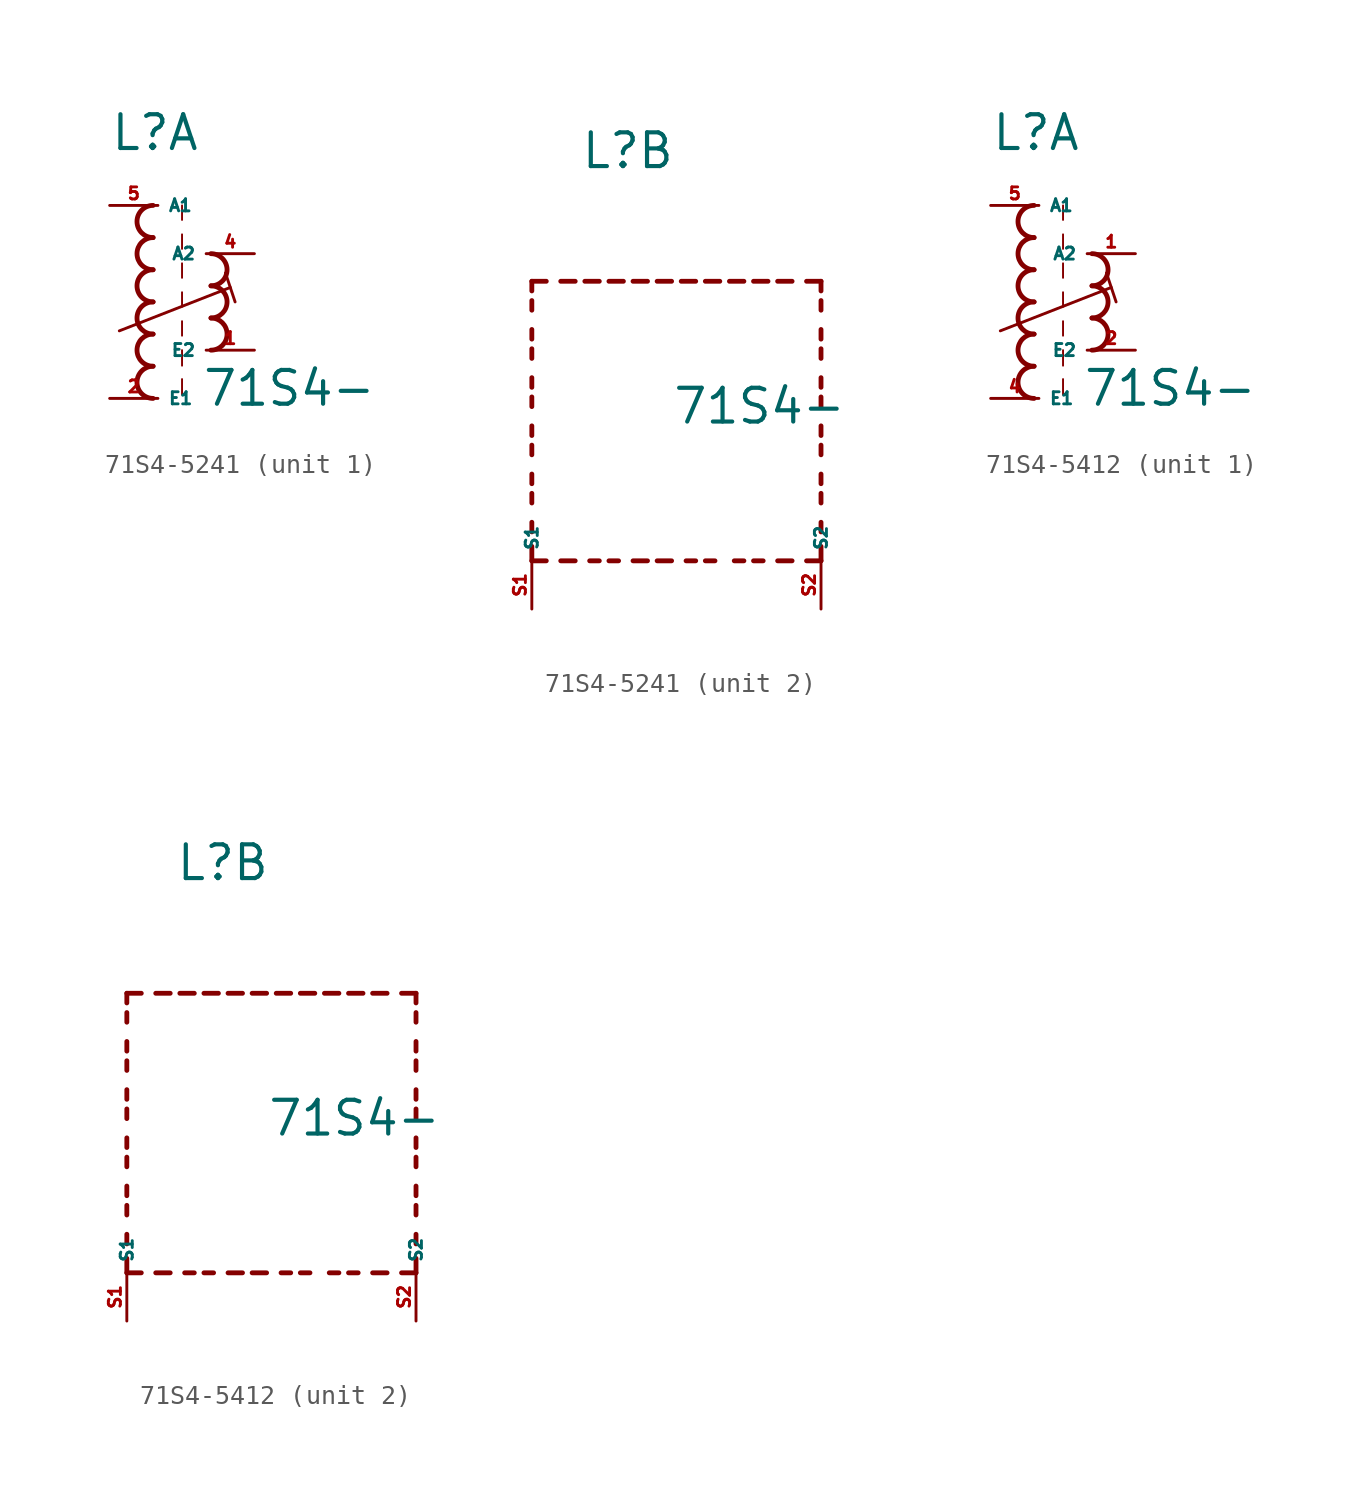
<source format=kicad_sym>
(kicad_symbol_lib
  (version 20220914)
  (generator kicad_symbol_editor)
  (symbol "71S4-5241"
    (property "Reference" "L"
      (at -2.54 7.874 0)
      (effects (font (size 1.778 1.778) (thickness 0.22)) (justify left bottom)))
    (property "Value" "71S4-"
      (at 2.286 -5.588 0)
      (effects (font (size 1.778 1.778) (thickness 0.22)) (justify left bottom)))
    (symbol "71S4-5241_1_0"
      (arc (start -0.254 -3.3866) (mid -1.1004 -4.2333) (end -0.254 -5.08) (stroke (width 0.254) (type default)) (fill (type none)))
      (arc (start -0.254 -1.6932) (mid -1.1004 -2.5399) (end -0.254 -3.3866) (stroke (width 0.254) (type default)) (fill (type none)))
      (arc (start -0.254 0) (mid -1.1004 -0.8467) (end -0.254 -1.6934) (stroke (width 0.254) (type default)) (fill (type none)))
      (arc (start -0.254 1.6934) (mid -1.1004 0.8467) (end -0.254 0) (stroke (width 0.254) (type default)) (fill (type none)))
      (arc (start -0.254 3.3866) (mid -1.1002 2.54) (end -0.254 1.6934) (stroke (width 0.254) (type default)) (fill (type none)))
      (arc (start -0.254 5.08) (mid -1.1004 4.2333) (end -0.254 3.3866) (stroke (width 0.254) (type default)) (fill (type none)))
      (polyline (pts (xy -2.032 -1.524) (xy 3.81 0.762)) (stroke (width 0.152) (type default)) (fill (type none)))
      (polyline (pts (xy 1.27 -4.064) (xy 1.27 -4.88)) (stroke (width 0.102) (type default)) (fill (type none)))
      (polyline (pts (xy 1.27 -2.54) (xy 1.27 -3.356)) (stroke (width 0.102) (type default)) (fill (type none)))
      (polyline (pts (xy 1.27 -1.016) (xy 1.27 -1.778)) (stroke (width 0.102) (type default)) (fill (type none)))
      (polyline (pts (xy 1.27 0.508) (xy 1.27 -0.254)) (stroke (width 0.102) (type default)) (fill (type none)))
      (polyline (pts (xy 1.27 2.032) (xy 1.27 1.27)) (stroke (width 0.102) (type default)) (fill (type none)))
      (polyline (pts (xy 1.27 3.556) (xy 1.27 2.794)) (stroke (width 0.102) (type default)) (fill (type none)))
      (polyline (pts (xy 1.27 5.08) (xy 1.27 4.318)) (stroke (width 0.102) (type default)) (fill (type none)))
      (polyline (pts (xy 3.556 1.524) (xy 4.064 0)) (stroke (width 0.152) (type default)) (fill (type none)))
      (arc (start 2.794 -2.54) (mid 3.6404 -1.6933) (end 2.794 -0.8466) (stroke (width 0.254) (type default)) (fill (type none)))
      (arc (start 2.794 -0.8466) (mid 3.6402 0) (end 2.794 0.8466) (stroke (width 0.254) (type default)) (fill (type none)))
      (arc (start 2.794 0.8466) (mid 3.6404 1.6933) (end 2.794 2.54) (stroke (width 0.254) (type default)) (fill (type none)))
      (pin passive line (at 5.08 -2.54 180) (length 2.54) (name "E2" (effects (font (size 0.635 0.635)))) (number "1" (effects (font (size 0.635 0.635)))))
      (pin passive line (at -2.54 -5.08 0) (length 2.54) (name "E1" (effects (font (size 0.635 0.635)))) (number "2" (effects (font (size 0.635 0.635)))))
      (pin passive line (at 5.08 2.54 180) (length 2.54) (name "A2" (effects (font (size 0.635 0.635)))) (number "4" (effects (font (size 0.635 0.635)))))
      (pin passive line (at -2.54 5.08 0) (length 2.54) (name "A1" (effects (font (size 0.635 0.635)))) (number "5" (effects (font (size 0.635 0.635))))))
    (symbol "71S4-5241_2_0"
      (polyline (pts (xy -5.08 -12.7) (xy -5.08 -11.938)) (stroke (width 0.254) (type default)) (fill (type none)))
      (polyline (pts (xy -5.08 -12.7) (xy -4.318 -12.7)) (stroke (width 0.254) (type default)) (fill (type none)))
      (polyline (pts (xy -5.08 -11.176) (xy -5.08 -10.668)) (stroke (width 0.254) (type default)) (fill (type none)))
      (polyline (pts (xy -5.08 -9.652) (xy -5.08 -9.144)) (stroke (width 0.254) (type default)) (fill (type none)))
      (polyline (pts (xy -5.08 -8.636) (xy -5.08 -8.128)) (stroke (width 0.254) (type default)) (fill (type none)))
      (polyline (pts (xy -5.08 -7.112) (xy -5.08 -6.604)) (stroke (width 0.254) (type default)) (fill (type none)))
      (polyline (pts (xy -5.08 -6.096) (xy -5.08 -5.588)) (stroke (width 0.254) (type default)) (fill (type none)))
      (polyline (pts (xy -5.08 -4.572) (xy -5.08 -4.064)) (stroke (width 0.254) (type default)) (fill (type none)))
      (polyline (pts (xy -5.08 -3.556) (xy -5.08 -3.048)) (stroke (width 0.254) (type default)) (fill (type none)))
      (polyline (pts (xy -5.08 -2.032) (xy -5.08 -1.524)) (stroke (width 0.254) (type default)) (fill (type none)))
      (polyline (pts (xy -5.08 -1.016) (xy -5.08 -0.508)) (stroke (width 0.254) (type default)) (fill (type none)))
      (polyline (pts (xy -5.08 0.508) (xy -5.08 1.016)) (stroke (width 0.254) (type default)) (fill (type none)))
      (polyline (pts (xy -5.08 1.524) (xy -5.08 2.032)) (stroke (width 0.254) (type default)) (fill (type none)))
      (polyline (pts (xy -5.08 2.032) (xy -4.318 2.032)) (stroke (width 0.254) (type default)) (fill (type none)))
      (polyline (pts (xy -3.556 -12.7) (xy -2.794 -12.7)) (stroke (width 0.254) (type default)) (fill (type none)))
      (polyline (pts (xy -3.556 2.032) (xy -2.794 2.032)) (stroke (width 0.254) (type default)) (fill (type none)))
      (polyline (pts (xy -1.524 -12.7) (xy -2.032 -12.7)) (stroke (width 0.254) (type default)) (fill (type none)))
      (polyline (pts (xy -1.524 2.032) (xy -2.286 2.032)) (stroke (width 0.254) (type default)) (fill (type none)))
      (polyline (pts (xy -1.016 2.032) (xy -0.254 2.032)) (stroke (width 0.254) (type default)) (fill (type none)))
      (polyline (pts (xy -0.508 -12.7) (xy -1.016 -12.7)) (stroke (width 0.254) (type default)) (fill (type none)))
      (polyline (pts (xy 1.016 -12.7) (xy 0.254 -12.7)) (stroke (width 0.254) (type default)) (fill (type none)))
      (polyline (pts (xy 1.016 2.032) (xy 0.254 2.032)) (stroke (width 0.254) (type default)) (fill (type none)))
      (polyline (pts (xy 1.524 -12.7) (xy 2.286 -12.7)) (stroke (width 0.254) (type default)) (fill (type none)))
      (polyline (pts (xy 1.524 2.032) (xy 2.286 2.032)) (stroke (width 0.254) (type default)) (fill (type none)))
      (polyline (pts (xy 3.556 -12.7) (xy 3.048 -12.7)) (stroke (width 0.254) (type default)) (fill (type none)))
      (polyline (pts (xy 3.556 2.032) (xy 2.794 2.032)) (stroke (width 0.254) (type default)) (fill (type none)))
      (polyline (pts (xy 4.064 2.032) (xy 4.826 2.032)) (stroke (width 0.254) (type default)) (fill (type none)))
      (polyline (pts (xy 4.572 -12.7) (xy 4.064 -12.7)) (stroke (width 0.254) (type default)) (fill (type none)))
      (polyline (pts (xy 6.096 -12.7) (xy 5.588 -12.7)) (stroke (width 0.254) (type default)) (fill (type none)))
      (polyline (pts (xy 6.096 2.032) (xy 5.334 2.032)) (stroke (width 0.254) (type default)) (fill (type none)))
      (polyline (pts (xy 6.604 2.032) (xy 7.366 2.032)) (stroke (width 0.254) (type default)) (fill (type none)))
      (polyline (pts (xy 7.112 -12.7) (xy 6.604 -12.7)) (stroke (width 0.254) (type default)) (fill (type none)))
      (polyline (pts (xy 8.636 -12.7) (xy 7.874 -12.7)) (stroke (width 0.254) (type default)) (fill (type none)))
      (polyline (pts (xy 8.636 2.032) (xy 7.874 2.032)) (stroke (width 0.254) (type default)) (fill (type none)))
      (polyline (pts (xy 10.16 -12.7) (xy 9.398 -12.7)) (stroke (width 0.254) (type default)) (fill (type none)))
      (polyline (pts (xy 10.16 -12.7) (xy 10.16 -11.938)) (stroke (width 0.254) (type default)) (fill (type none)))
      (polyline (pts (xy 10.16 -11.176) (xy 10.16 -10.668)) (stroke (width 0.254) (type default)) (fill (type none)))
      (polyline (pts (xy 10.16 -9.652) (xy 10.16 -9.144)) (stroke (width 0.254) (type default)) (fill (type none)))
      (polyline (pts (xy 10.16 -8.636) (xy 10.16 -8.128)) (stroke (width 0.254) (type default)) (fill (type none)))
      (polyline (pts (xy 10.16 -7.112) (xy 10.16 -6.604)) (stroke (width 0.254) (type default)) (fill (type none)))
      (polyline (pts (xy 10.16 -6.096) (xy 10.16 -5.588)) (stroke (width 0.254) (type default)) (fill (type none)))
      (polyline (pts (xy 10.16 -4.572) (xy 10.16 -4.064)) (stroke (width 0.254) (type default)) (fill (type none)))
      (polyline (pts (xy 10.16 -3.556) (xy 10.16 -3.048)) (stroke (width 0.254) (type default)) (fill (type none)))
      (polyline (pts (xy 10.16 -2.032) (xy 10.16 -1.524)) (stroke (width 0.254) (type default)) (fill (type none)))
      (polyline (pts (xy 10.16 -1.016) (xy 10.16 -0.508)) (stroke (width 0.254) (type default)) (fill (type none)))
      (polyline (pts (xy 10.16 0.508) (xy 10.16 1.016)) (stroke (width 0.254) (type default)) (fill (type none)))
      (polyline (pts (xy 10.16 1.524) (xy 10.16 2.032)) (stroke (width 0.254) (type default)) (fill (type none)))
      (polyline (pts (xy 10.16 2.032) (xy 9.398 2.032)) (stroke (width 0.254) (type default)) (fill (type none)))
      (pin passive line (at -5.08 -15.24 90) (length 2.54) (name "S1" (effects (font (size 0.635 0.635)))) (number "S1" (effects (font (size 0.635 0.635)))))
      (pin passive line (at 10.16 -15.24 90) (length 2.54) (name "S2" (effects (font (size 0.635 0.635)))) (number "S2" (effects (font (size 0.635 0.635)))))))
  (symbol "71S4-5412"
    (property "Reference" "L"
      (at -2.54 7.874 0)
      (effects (font (size 1.778 1.778) (thickness 0.22)) (justify left bottom)))
    (property "Value" "71S4-"
      (at 2.286 -5.588 0)
      (effects (font (size 1.778 1.778) (thickness 0.22)) (justify left bottom)))
    (symbol "71S4-5412_1_0"
      (arc (start -0.254 -3.3866) (mid -1.1004 -4.2333) (end -0.254 -5.08) (stroke (width 0.254) (type default)) (fill (type none)))
      (arc (start -0.254 -1.6932) (mid -1.1004 -2.5399) (end -0.254 -3.3866) (stroke (width 0.254) (type default)) (fill (type none)))
      (arc (start -0.254 0) (mid -1.1004 -0.8467) (end -0.254 -1.6934) (stroke (width 0.254) (type default)) (fill (type none)))
      (arc (start -0.254 1.6934) (mid -1.1004 0.8467) (end -0.254 0) (stroke (width 0.254) (type default)) (fill (type none)))
      (arc (start -0.254 3.3866) (mid -1.1002 2.54) (end -0.254 1.6934) (stroke (width 0.254) (type default)) (fill (type none)))
      (arc (start -0.254 5.08) (mid -1.1004 4.2333) (end -0.254 3.3866) (stroke (width 0.254) (type default)) (fill (type none)))
      (polyline (pts (xy -2.032 -1.524) (xy 3.81 0.762)) (stroke (width 0.152) (type default)) (fill (type none)))
      (polyline (pts (xy 1.27 -4.064) (xy 1.27 -4.88)) (stroke (width 0.102) (type default)) (fill (type none)))
      (polyline (pts (xy 1.27 -2.54) (xy 1.27 -3.356)) (stroke (width 0.102) (type default)) (fill (type none)))
      (polyline (pts (xy 1.27 -1.016) (xy 1.27 -1.778)) (stroke (width 0.102) (type default)) (fill (type none)))
      (polyline (pts (xy 1.27 0.508) (xy 1.27 -0.254)) (stroke (width 0.102) (type default)) (fill (type none)))
      (polyline (pts (xy 1.27 2.032) (xy 1.27 1.27)) (stroke (width 0.102) (type default)) (fill (type none)))
      (polyline (pts (xy 1.27 3.556) (xy 1.27 2.794)) (stroke (width 0.102) (type default)) (fill (type none)))
      (polyline (pts (xy 1.27 5.08) (xy 1.27 4.318)) (stroke (width 0.102) (type default)) (fill (type none)))
      (polyline (pts (xy 3.556 1.524) (xy 4.064 0)) (stroke (width 0.152) (type default)) (fill (type none)))
      (arc (start 2.794 -2.54) (mid 3.6404 -1.6933) (end 2.794 -0.8466) (stroke (width 0.254) (type default)) (fill (type none)))
      (arc (start 2.794 -0.8466) (mid 3.6402 0) (end 2.794 0.8466) (stroke (width 0.254) (type default)) (fill (type none)))
      (arc (start 2.794 0.8466) (mid 3.6404 1.6933) (end 2.794 2.54) (stroke (width 0.254) (type default)) (fill (type none)))
      (pin passive line (at 5.08 2.54 180) (length 2.54) (name "A2" (effects (font (size 0.635 0.635)))) (number "1" (effects (font (size 0.635 0.635)))))
      (pin passive line (at 5.08 -2.54 180) (length 2.54) (name "E2" (effects (font (size 0.635 0.635)))) (number "2" (effects (font (size 0.635 0.635)))))
      (pin passive line (at -2.54 -5.08 0) (length 2.54) (name "E1" (effects (font (size 0.635 0.635)))) (number "4" (effects (font (size 0.635 0.635)))))
      (pin passive line (at -2.54 5.08 0) (length 2.54) (name "A1" (effects (font (size 0.635 0.635)))) (number "5" (effects (font (size 0.635 0.635))))))
    (symbol "71S4-5412_2_0"
      (polyline (pts (xy -5.08 -12.7) (xy -5.08 -11.938)) (stroke (width 0.254) (type default)) (fill (type none)))
      (polyline (pts (xy -5.08 -12.7) (xy -4.318 -12.7)) (stroke (width 0.254) (type default)) (fill (type none)))
      (polyline (pts (xy -5.08 -11.176) (xy -5.08 -10.668)) (stroke (width 0.254) (type default)) (fill (type none)))
      (polyline (pts (xy -5.08 -9.652) (xy -5.08 -9.144)) (stroke (width 0.254) (type default)) (fill (type none)))
      (polyline (pts (xy -5.08 -8.636) (xy -5.08 -8.128)) (stroke (width 0.254) (type default)) (fill (type none)))
      (polyline (pts (xy -5.08 -7.112) (xy -5.08 -6.604)) (stroke (width 0.254) (type default)) (fill (type none)))
      (polyline (pts (xy -5.08 -6.096) (xy -5.08 -5.588)) (stroke (width 0.254) (type default)) (fill (type none)))
      (polyline (pts (xy -5.08 -4.572) (xy -5.08 -4.064)) (stroke (width 0.254) (type default)) (fill (type none)))
      (polyline (pts (xy -5.08 -3.556) (xy -5.08 -3.048)) (stroke (width 0.254) (type default)) (fill (type none)))
      (polyline (pts (xy -5.08 -2.032) (xy -5.08 -1.524)) (stroke (width 0.254) (type default)) (fill (type none)))
      (polyline (pts (xy -5.08 -1.016) (xy -5.08 -0.508)) (stroke (width 0.254) (type default)) (fill (type none)))
      (polyline (pts (xy -5.08 0.508) (xy -5.08 1.016)) (stroke (width 0.254) (type default)) (fill (type none)))
      (polyline (pts (xy -5.08 1.524) (xy -5.08 2.032)) (stroke (width 0.254) (type default)) (fill (type none)))
      (polyline (pts (xy -5.08 2.032) (xy -4.318 2.032)) (stroke (width 0.254) (type default)) (fill (type none)))
      (polyline (pts (xy -3.556 -12.7) (xy -2.794 -12.7)) (stroke (width 0.254) (type default)) (fill (type none)))
      (polyline (pts (xy -3.556 2.032) (xy -2.794 2.032)) (stroke (width 0.254) (type default)) (fill (type none)))
      (polyline (pts (xy -1.524 -12.7) (xy -2.032 -12.7)) (stroke (width 0.254) (type default)) (fill (type none)))
      (polyline (pts (xy -1.524 2.032) (xy -2.286 2.032)) (stroke (width 0.254) (type default)) (fill (type none)))
      (polyline (pts (xy -1.016 2.032) (xy -0.254 2.032)) (stroke (width 0.254) (type default)) (fill (type none)))
      (polyline (pts (xy -0.508 -12.7) (xy -1.016 -12.7)) (stroke (width 0.254) (type default)) (fill (type none)))
      (polyline (pts (xy 1.016 -12.7) (xy 0.254 -12.7)) (stroke (width 0.254) (type default)) (fill (type none)))
      (polyline (pts (xy 1.016 2.032) (xy 0.254 2.032)) (stroke (width 0.254) (type default)) (fill (type none)))
      (polyline (pts (xy 1.524 -12.7) (xy 2.286 -12.7)) (stroke (width 0.254) (type default)) (fill (type none)))
      (polyline (pts (xy 1.524 2.032) (xy 2.286 2.032)) (stroke (width 0.254) (type default)) (fill (type none)))
      (polyline (pts (xy 3.556 -12.7) (xy 3.048 -12.7)) (stroke (width 0.254) (type default)) (fill (type none)))
      (polyline (pts (xy 3.556 2.032) (xy 2.794 2.032)) (stroke (width 0.254) (type default)) (fill (type none)))
      (polyline (pts (xy 4.064 2.032) (xy 4.826 2.032)) (stroke (width 0.254) (type default)) (fill (type none)))
      (polyline (pts (xy 4.572 -12.7) (xy 4.064 -12.7)) (stroke (width 0.254) (type default)) (fill (type none)))
      (polyline (pts (xy 6.096 -12.7) (xy 5.588 -12.7)) (stroke (width 0.254) (type default)) (fill (type none)))
      (polyline (pts (xy 6.096 2.032) (xy 5.334 2.032)) (stroke (width 0.254) (type default)) (fill (type none)))
      (polyline (pts (xy 6.604 2.032) (xy 7.366 2.032)) (stroke (width 0.254) (type default)) (fill (type none)))
      (polyline (pts (xy 7.112 -12.7) (xy 6.604 -12.7)) (stroke (width 0.254) (type default)) (fill (type none)))
      (polyline (pts (xy 8.636 -12.7) (xy 7.874 -12.7)) (stroke (width 0.254) (type default)) (fill (type none)))
      (polyline (pts (xy 8.636 2.032) (xy 7.874 2.032)) (stroke (width 0.254) (type default)) (fill (type none)))
      (polyline (pts (xy 10.16 -12.7) (xy 9.398 -12.7)) (stroke (width 0.254) (type default)) (fill (type none)))
      (polyline (pts (xy 10.16 -12.7) (xy 10.16 -11.938)) (stroke (width 0.254) (type default)) (fill (type none)))
      (polyline (pts (xy 10.16 -11.176) (xy 10.16 -10.668)) (stroke (width 0.254) (type default)) (fill (type none)))
      (polyline (pts (xy 10.16 -9.652) (xy 10.16 -9.144)) (stroke (width 0.254) (type default)) (fill (type none)))
      (polyline (pts (xy 10.16 -8.636) (xy 10.16 -8.128)) (stroke (width 0.254) (type default)) (fill (type none)))
      (polyline (pts (xy 10.16 -7.112) (xy 10.16 -6.604)) (stroke (width 0.254) (type default)) (fill (type none)))
      (polyline (pts (xy 10.16 -6.096) (xy 10.16 -5.588)) (stroke (width 0.254) (type default)) (fill (type none)))
      (polyline (pts (xy 10.16 -4.572) (xy 10.16 -4.064)) (stroke (width 0.254) (type default)) (fill (type none)))
      (polyline (pts (xy 10.16 -3.556) (xy 10.16 -3.048)) (stroke (width 0.254) (type default)) (fill (type none)))
      (polyline (pts (xy 10.16 -2.032) (xy 10.16 -1.524)) (stroke (width 0.254) (type default)) (fill (type none)))
      (polyline (pts (xy 10.16 -1.016) (xy 10.16 -0.508)) (stroke (width 0.254) (type default)) (fill (type none)))
      (polyline (pts (xy 10.16 0.508) (xy 10.16 1.016)) (stroke (width 0.254) (type default)) (fill (type none)))
      (polyline (pts (xy 10.16 1.524) (xy 10.16 2.032)) (stroke (width 0.254) (type default)) (fill (type none)))
      (polyline (pts (xy 10.16 2.032) (xy 9.398 2.032)) (stroke (width 0.254) (type default)) (fill (type none)))
      (pin passive line (at -5.08 -15.24 90) (length 2.54) (name "S1" (effects (font (size 0.635 0.635)))) (number "S1" (effects (font (size 0.635 0.635)))))
      (pin passive line (at 10.16 -15.24 90) (length 2.54) (name "S2" (effects (font (size 0.635 0.635)))) (number "S2" (effects (font (size 0.635 0.635))))))))
</source>
